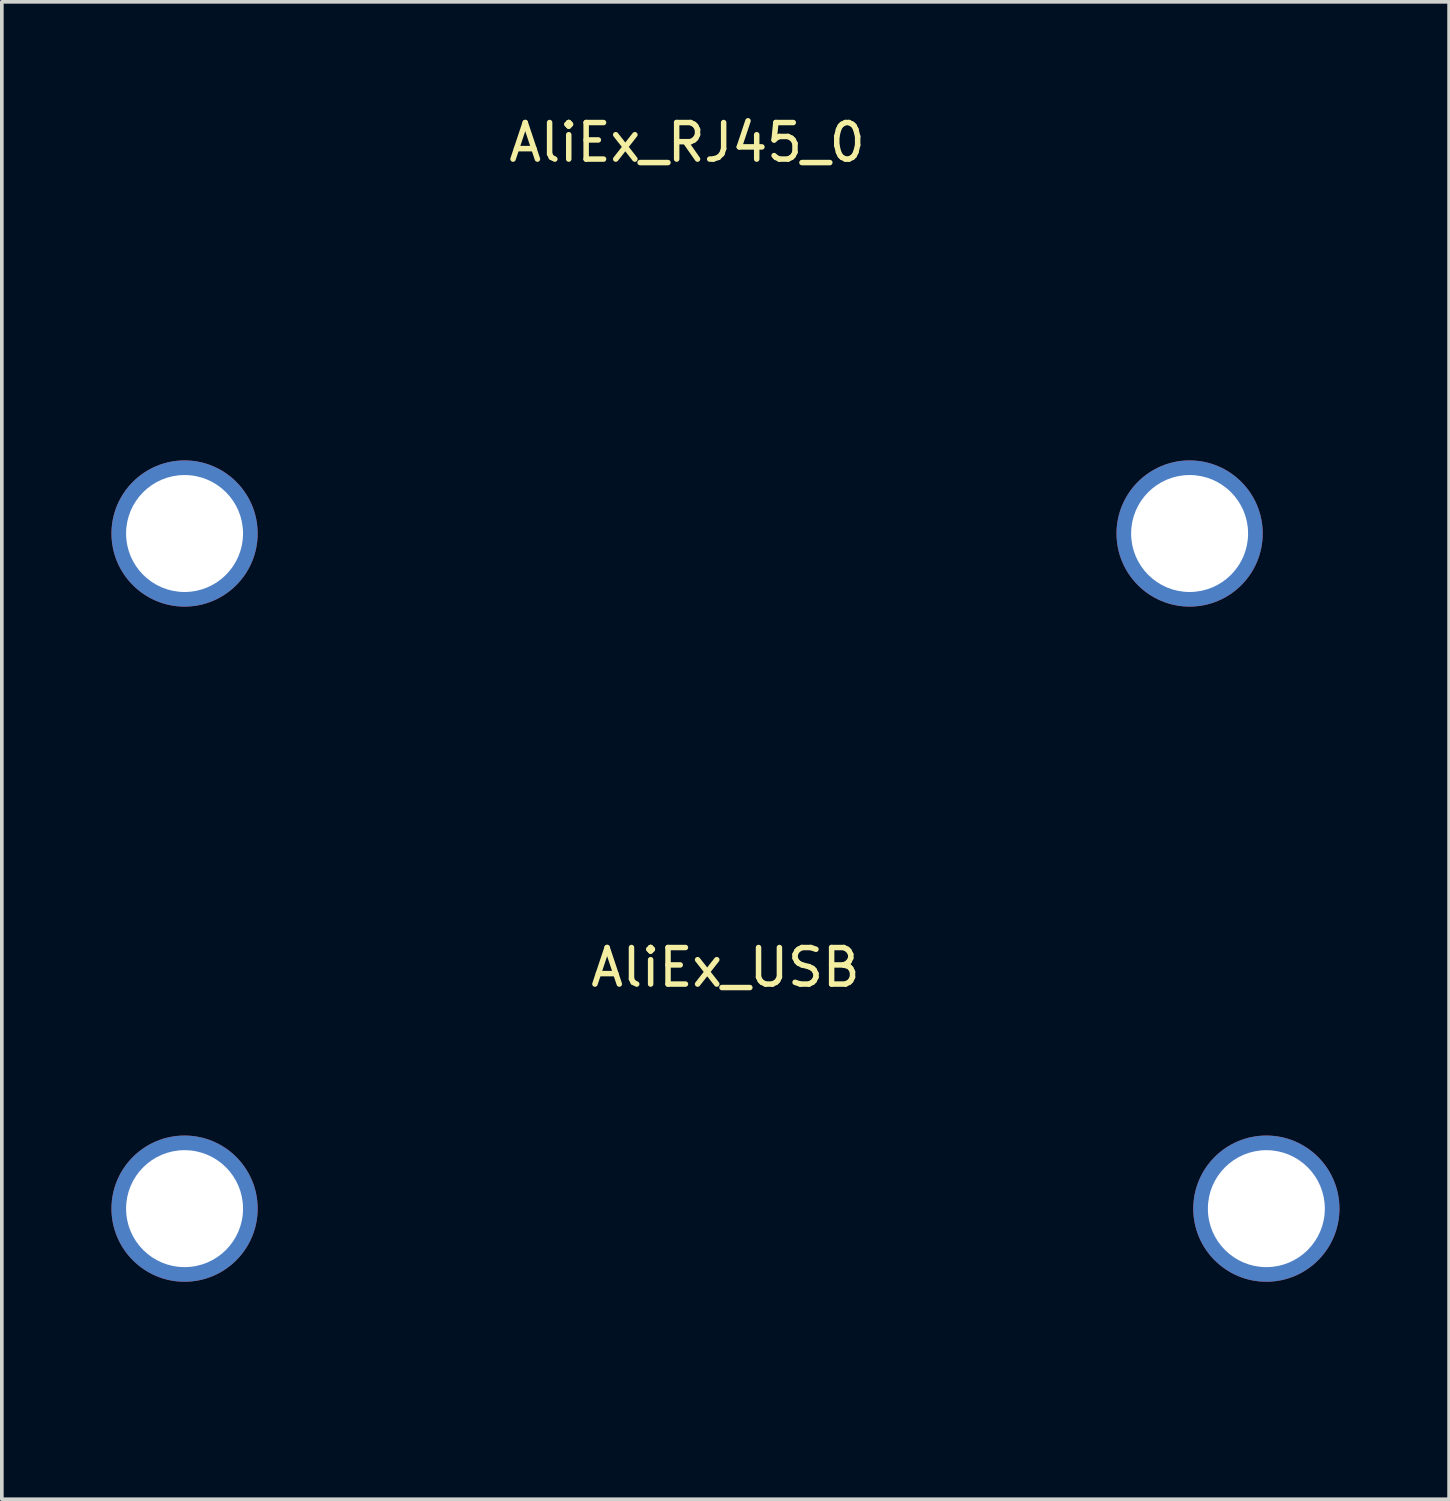
<source format=kicad_pcb>
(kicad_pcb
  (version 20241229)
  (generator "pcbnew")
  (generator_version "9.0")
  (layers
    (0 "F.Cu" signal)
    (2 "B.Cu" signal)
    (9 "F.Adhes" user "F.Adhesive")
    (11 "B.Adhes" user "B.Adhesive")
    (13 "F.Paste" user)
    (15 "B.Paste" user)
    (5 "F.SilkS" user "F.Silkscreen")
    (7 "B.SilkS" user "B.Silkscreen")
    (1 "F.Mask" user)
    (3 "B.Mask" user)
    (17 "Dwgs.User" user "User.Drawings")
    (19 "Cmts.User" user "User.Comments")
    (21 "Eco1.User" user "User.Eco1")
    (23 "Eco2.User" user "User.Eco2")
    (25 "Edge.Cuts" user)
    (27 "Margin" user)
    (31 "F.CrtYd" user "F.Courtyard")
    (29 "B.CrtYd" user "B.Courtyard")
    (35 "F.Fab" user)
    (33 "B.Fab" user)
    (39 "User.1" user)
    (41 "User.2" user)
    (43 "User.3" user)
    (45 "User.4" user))
  (footprint "AliEx_RJ45_0"
    (layer "F.Cu")
    (at 15.75 11.548)
    (property "Reference" "AliEx_RJ45_0" (at 0 -10.7 0) (layer "F.SilkS") (effects (font (size 1 1) (thickness 0.15))))
    (attr through_hole)
    (fp_line (start -7.85 7.9) (end -7.85 -5.6) (stroke (width 0.25) (type solid)) (layer "Eco1.User"))
    (fp_line (start -7.85 7.9) (end 7.85 7.9) (stroke (width 0.2) (type solid)) (layer "Eco1.User"))
    (fp_line (start 7.85 -5.6) (end -7.85 -5.6) (stroke (width 0.2) (type solid)) (layer "Eco1.User"))
    (fp_line (start 7.85 7.9) (end 7.85 -5.6) (stroke (width 0.25) (type solid)) (layer "Eco1.User"))
    (pad "" np_thru_hole circle (at -13.75 0) (size 4 4) (drill 3.2) (layers "*.Cu" "*.Mask"))
    (pad "" np_thru_hole circle (at 13.75 0) (size 4 4) (drill 3.2) (layers "*.Cu" "*.Mask")))
  (footprint "AliEx_USB"
    (layer "F.Cu")
    (at 16.8 30.021)
    (property "Reference" "AliEx_USB" (at 0 -6.6 0) (layer "F.SilkS") (effects (font (size 1 1) (thickness 0.15))))
    (attr through_hole)
    (fp_line (start -6.05 -5.75) (end 6.05 -5.75) (stroke (width 0.2) (type solid)) (layer "Eco1.User"))
    (fp_line (start -6.05 4.85) (end -6.05 -5.75) (stroke (width 0.2) (type solid)) (layer "Eco1.User"))
    (fp_line (start 6.05 -5.75) (end 6.05 4.85) (stroke (width 0.2) (type solid)) (layer "Eco1.User"))
    (fp_line (start 6.05 4.85) (end -6.05 4.85) (stroke (width 0.2) (type solid)) (layer "Eco1.User"))
    (pad "" np_thru_hole circle (at -14.8 0) (size 4 4) (drill 3.2) (layers "*.Cu" "*.Mask"))
    (pad "" np_thru_hole circle (at 14.8 0) (size 4 4) (drill 3.2) (layers "*.Cu" "*.Mask")))
  (gr_rect
    (start -3 -3)
    (end 36.6 37.971)
    (stroke (width 0.1) (type default))
    (fill no)
    (layer "Edge.Cuts")))
</source>
